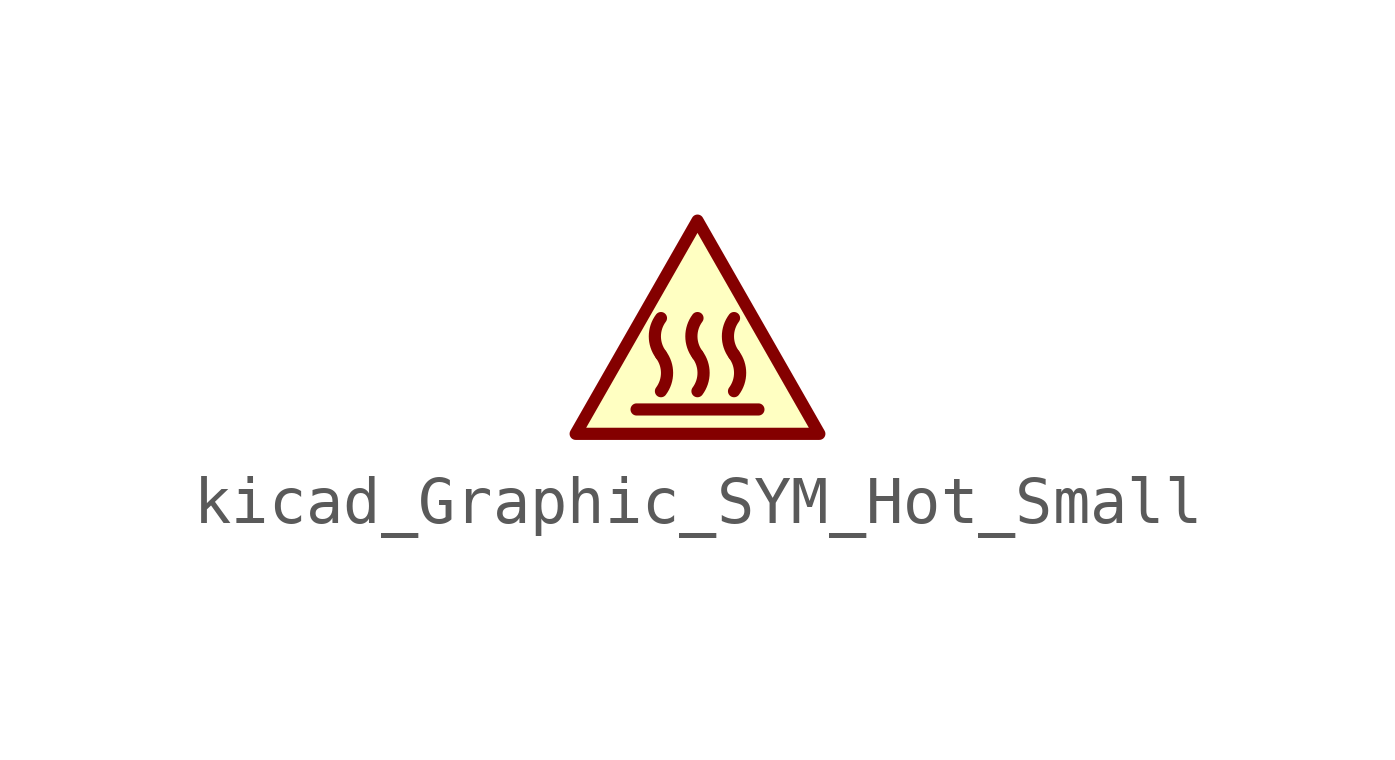
<source format=kicad_sym>
(kicad_symbol_lib
  (version 20220914)
  (generator kicad_symbol_editor)
  (symbol "kicad_Graphic_SYM_Hot_Small"
    (property "Reference" "#SYM"
      (at 0 3.556 0)
      (effects (font (size 1.27 1.27)) hide))
    (symbol "kicad_Graphic_SYM_Hot_Small_0_1"
      (arc (start -0.762 -1.016) (mid -0.635 -0.635) (end -0.762 -0.254) (stroke (width 0.254) (type default)) (fill (type none)))
      (arc (start -0.762 0.508) (mid -0.889 0.127) (end -0.762 -0.254) (stroke (width 0.254) (type default)) (fill (type none)))
      (arc (start 0 -1.016) (mid 0.127 -0.635) (end 0 -0.254) (stroke (width 0.254) (type default)) (fill (type none)))
      (polyline (pts (xy 1.27 -1.397) (xy -1.27 -1.397)) (stroke (width 0.254) (type default)) (fill (type none)))
      (polyline (pts (xy -2.54 -1.905) (xy 2.54 -1.905) (xy 0 2.54) (xy -2.54 -1.905)) (stroke (width 0.254) (type default)) (fill (type background)))
      (arc (start 0 0.508) (mid -0.127 0.127) (end 0 -0.254) (stroke (width 0.254) (type default)) (fill (type none)))
      (arc (start 0.762 -1.016) (mid 0.889 -0.635) (end 0.762 -0.254) (stroke (width 0.254) (type default)) (fill (type none)))
      (arc (start 0.762 0.508) (mid 0.635 0.127) (end 0.762 -0.254) (stroke (width 0.254) (type default)) (fill (type none))))))
</source>
